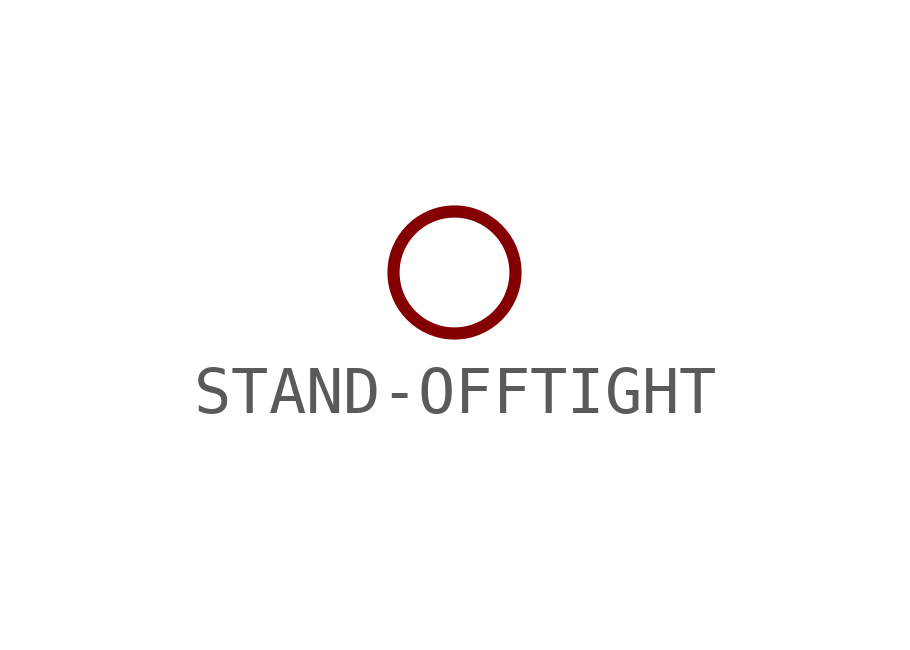
<source format=kicad_sym>
(kicad_symbol_lib
  (version 20220331)
  (generator kicad_symbol_editor)
  (symbol "STAND-OFFTIGHT"
    (property "Reference" "H"
      (at 0 0 0)
      (effects (font (size 1.27 1.27)) hide))
    (property "ki_locked" ""
      (at 0 0 0)
      (effects (font (size 1.27 1.27))))
    (symbol "STAND-OFFTIGHT_1_0"
      (circle (center 0 0) (radius 1.27) (stroke (width 0.254) (type solid)) (fill (type none))))))
</source>
